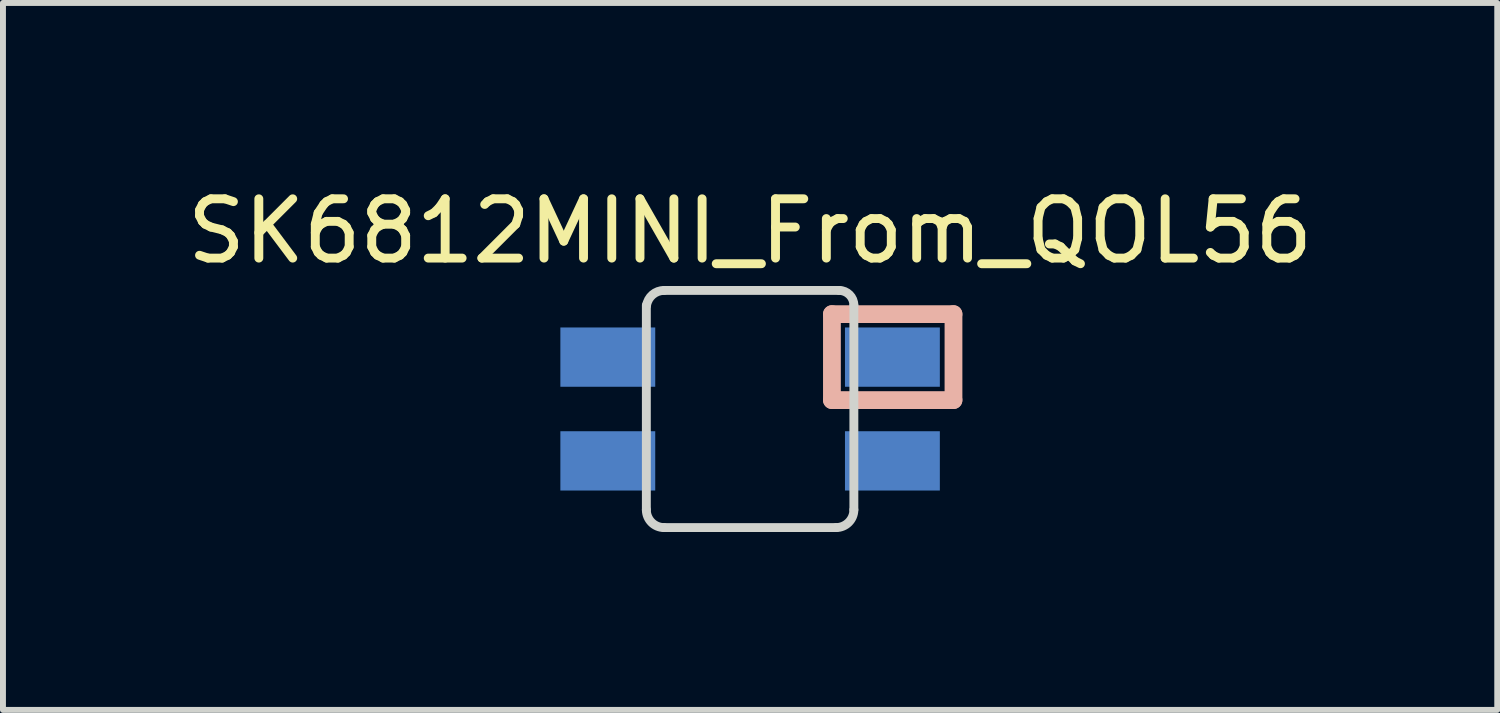
<source format=kicad_pcb>
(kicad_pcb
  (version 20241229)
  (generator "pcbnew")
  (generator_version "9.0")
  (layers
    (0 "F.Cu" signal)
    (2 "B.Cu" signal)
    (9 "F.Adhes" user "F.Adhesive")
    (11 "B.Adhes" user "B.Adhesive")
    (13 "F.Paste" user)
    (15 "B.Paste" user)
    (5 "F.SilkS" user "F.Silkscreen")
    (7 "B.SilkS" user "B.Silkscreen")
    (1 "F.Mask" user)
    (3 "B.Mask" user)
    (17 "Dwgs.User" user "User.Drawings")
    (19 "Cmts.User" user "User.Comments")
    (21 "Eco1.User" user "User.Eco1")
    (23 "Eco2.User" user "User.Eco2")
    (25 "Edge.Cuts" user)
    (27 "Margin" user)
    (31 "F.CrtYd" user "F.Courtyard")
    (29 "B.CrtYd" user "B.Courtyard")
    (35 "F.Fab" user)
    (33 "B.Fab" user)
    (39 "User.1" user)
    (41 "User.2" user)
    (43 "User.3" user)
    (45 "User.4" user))
  (footprint "SK6812MINI_From_QOL56"
    (layer "F.Cu")
    (at 9.601 3.848)
    (property "Reference" "SK6812MINI_From_QOL56" (at 0 -3 0) (layer "F.SilkS") (effects (font (size 1 1) (thickness 0.15))))
    (attr through_hole)
    (fp_line (start 1.38 -1.6) (end 3.43 -1.6) (stroke (width 0.3) (type solid)) (layer "B.SilkS"))
    (fp_line (start 1.38 -0.15) (end 1.38 -1.6) (stroke (width 0.3) (type solid)) (layer "B.SilkS"))
    (fp_line (start 3.43 -1.6) (end 3.43 -0.15) (stroke (width 0.3) (type solid)) (layer "B.SilkS"))
    (fp_line (start 3.43 -0.15) (end 1.38 -0.15) (stroke (width 0.3) (type solid)) (layer "B.SilkS"))
    (fp_line (start -1.75 -1.75) (end -1.75 1.7) (stroke (width 0.15) (type solid)) (layer "Edge.Cuts"))
    (fp_line (start -1.45 2) (end 1.45 2) (stroke (width 0.15) (type solid)) (layer "Edge.Cuts"))
    (fp_line (start 1.5 -2) (end -1.45 -2) (stroke (width 0.15) (type solid)) (layer "Edge.Cuts"))
    (fp_line (start 1.75 1.7) (end 1.75 -1.75) (stroke (width 0.15) (type solid)) (layer "Edge.Cuts"))
    (fp_arc (start -1.746985 -1.742426) (mid -1.646561 -1.926636) (end -1.45 -2) (stroke (width 0.15) (type solid)) (layer "Edge.Cuts"))
    (fp_arc (start -1.45 2) (mid -1.662132 1.912132) (end -1.75 1.7) (stroke (width 0.15) (type solid)) (layer "Edge.Cuts"))
    (fp_arc (start 1.5 -2) (mid 1.676777 -1.926777) (end 1.75 -1.75) (stroke (width 0.15) (type solid)) (layer "Edge.Cuts"))
    (fp_arc (start 1.75 1.7) (mid 1.662132 1.912132) (end 1.45 2) (stroke (width 0.15) (type solid)) (layer "Edge.Cuts"))
    (pad "1" smd rect (at -2.4 -0.875) (size 1.6 1) (layers "B.Cu" "B.Mask" "B.Paste"))
    (pad "2" smd rect (at -2.4 0.875) (size 1.6 1) (layers "B.Cu" "B.Mask" "B.Paste"))
    (pad "3" smd rect (at 2.4 0.875) (size 1.6 1) (layers "B.Cu" "B.Mask" "B.Paste"))
    (pad "4" smd rect (at 2.4 -0.875) (size 1.6 1) (layers "B.Cu" "B.Mask" "B.Paste")))
  (gr_rect
    (start -3 -3)
    (end 22.202 8.923)
    (stroke (width 0.1) (type default))
    (fill no)
    (layer "Edge.Cuts")))
</source>
